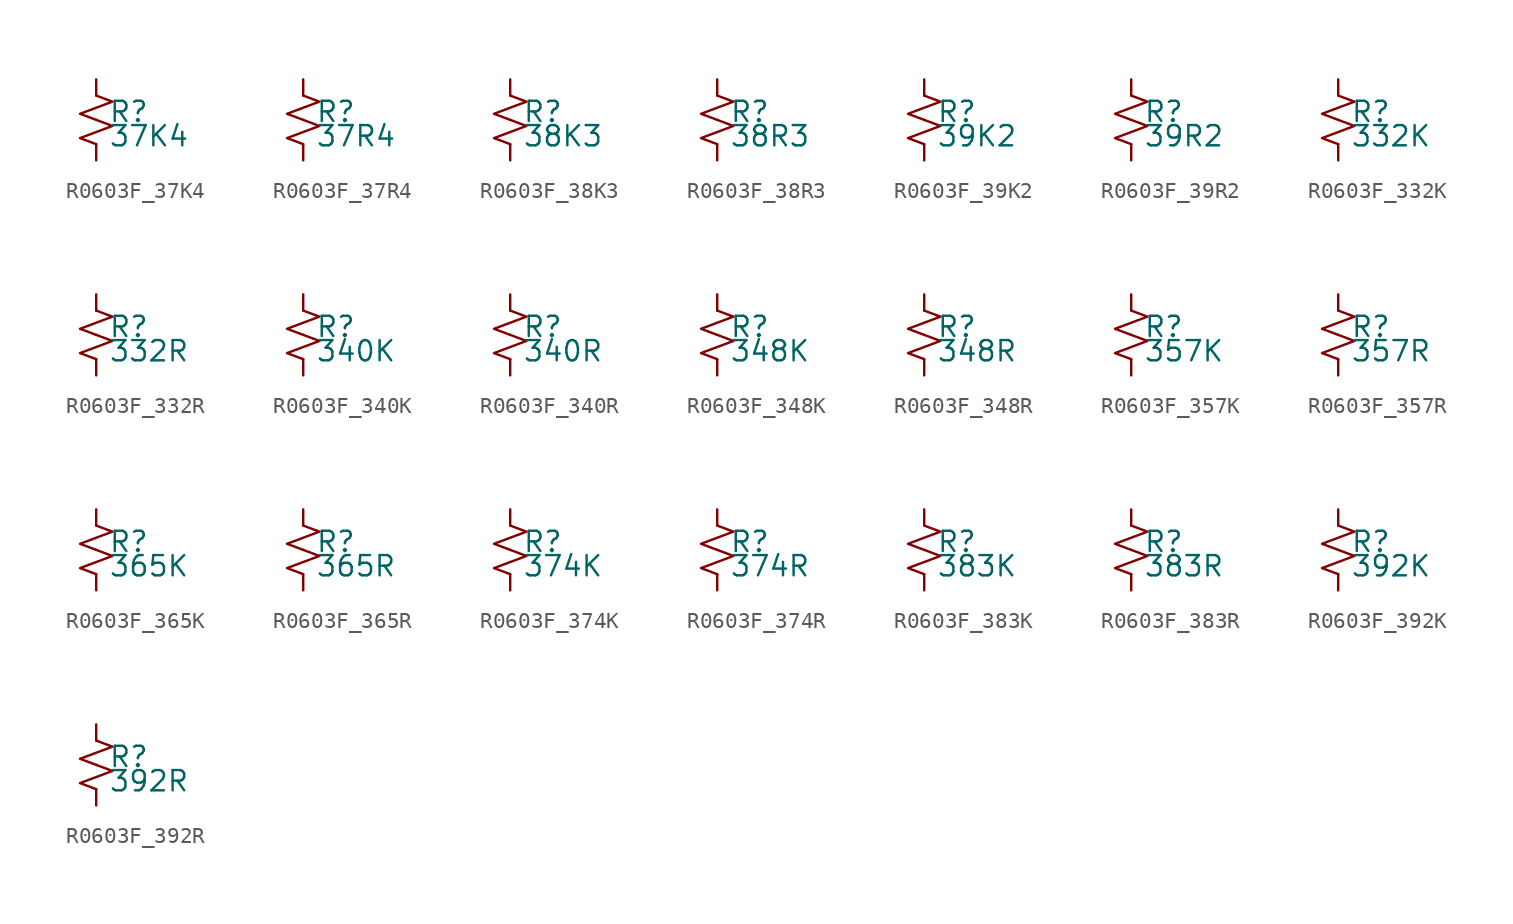
<source format=kicad_sym>
(kicad_symbol_lib
  (version 20220914)
  (generator kicad_symbol_editor)
  (symbol "R0603F_37K4"
    (pin_numbers hide)
    (pin_names
      (offset 0.254) hide)
    (property "Reference" "R"
      (at 0.762 0.508 0)
      (effects (font (size 1.27 1.27)) (justify left)))
    (property "Value" "37K4"
      (at 0.762 -1.016 0)
      (effects (font (size 1.27 1.27)) (justify left)))
    (symbol "R0603F_37K4_1_1"
      (polyline (pts (xy 0 0) (xy 1.016 -0.381) (xy 0 -0.762) (xy -1.016 -1.143) (xy 0 -1.524)) (stroke (width 0) (type default)) (fill (type none)))
      (polyline (pts (xy 0 1.524) (xy 1.016 1.143) (xy 0 0.762) (xy -1.016 0.381) (xy 0 0)) (stroke (width 0) (type default)) (fill (type none)))
      (pin passive line (at 0 2.54 270) (length 1.016) (name "~" (effects (font (size 1.27 1.27)))) (number "1" (effects (font (size 1.27 1.27)))))
      (pin passive line (at 0 -2.54 90) (length 1.016) (name "~" (effects (font (size 1.27 1.27)))) (number "2" (effects (font (size 1.27 1.27)))))))
  (symbol "R0603F_37R4"
    (pin_numbers hide)
    (pin_names
      (offset 0.254) hide)
    (property "Reference" "R"
      (at 0.762 0.508 0)
      (effects (font (size 1.27 1.27)) (justify left)))
    (property "Value" "37R4"
      (at 0.762 -1.016 0)
      (effects (font (size 1.27 1.27)) (justify left)))
    (symbol "R0603F_37R4_1_1"
      (polyline (pts (xy 0 0) (xy 1.016 -0.381) (xy 0 -0.762) (xy -1.016 -1.143) (xy 0 -1.524)) (stroke (width 0) (type default)) (fill (type none)))
      (polyline (pts (xy 0 1.524) (xy 1.016 1.143) (xy 0 0.762) (xy -1.016 0.381) (xy 0 0)) (stroke (width 0) (type default)) (fill (type none)))
      (pin passive line (at 0 2.54 270) (length 1.016) (name "~" (effects (font (size 1.27 1.27)))) (number "1" (effects (font (size 1.27 1.27)))))
      (pin passive line (at 0 -2.54 90) (length 1.016) (name "~" (effects (font (size 1.27 1.27)))) (number "2" (effects (font (size 1.27 1.27)))))))
  (symbol "R0603F_38K3"
    (pin_numbers hide)
    (pin_names
      (offset 0.254) hide)
    (property "Reference" "R"
      (at 0.762 0.508 0)
      (effects (font (size 1.27 1.27)) (justify left)))
    (property "Value" "38K3"
      (at 0.762 -1.016 0)
      (effects (font (size 1.27 1.27)) (justify left)))
    (symbol "R0603F_38K3_1_1"
      (polyline (pts (xy 0 0) (xy 1.016 -0.381) (xy 0 -0.762) (xy -1.016 -1.143) (xy 0 -1.524)) (stroke (width 0) (type default)) (fill (type none)))
      (polyline (pts (xy 0 1.524) (xy 1.016 1.143) (xy 0 0.762) (xy -1.016 0.381) (xy 0 0)) (stroke (width 0) (type default)) (fill (type none)))
      (pin passive line (at 0 2.54 270) (length 1.016) (name "~" (effects (font (size 1.27 1.27)))) (number "1" (effects (font (size 1.27 1.27)))))
      (pin passive line (at 0 -2.54 90) (length 1.016) (name "~" (effects (font (size 1.27 1.27)))) (number "2" (effects (font (size 1.27 1.27)))))))
  (symbol "R0603F_38R3"
    (pin_numbers hide)
    (pin_names
      (offset 0.254) hide)
    (property "Reference" "R"
      (at 0.762 0.508 0)
      (effects (font (size 1.27 1.27)) (justify left)))
    (property "Value" "38R3"
      (at 0.762 -1.016 0)
      (effects (font (size 1.27 1.27)) (justify left)))
    (symbol "R0603F_38R3_1_1"
      (polyline (pts (xy 0 0) (xy 1.016 -0.381) (xy 0 -0.762) (xy -1.016 -1.143) (xy 0 -1.524)) (stroke (width 0) (type default)) (fill (type none)))
      (polyline (pts (xy 0 1.524) (xy 1.016 1.143) (xy 0 0.762) (xy -1.016 0.381) (xy 0 0)) (stroke (width 0) (type default)) (fill (type none)))
      (pin passive line (at 0 2.54 270) (length 1.016) (name "~" (effects (font (size 1.27 1.27)))) (number "1" (effects (font (size 1.27 1.27)))))
      (pin passive line (at 0 -2.54 90) (length 1.016) (name "~" (effects (font (size 1.27 1.27)))) (number "2" (effects (font (size 1.27 1.27)))))))
  (symbol "R0603F_39K2"
    (pin_numbers hide)
    (pin_names
      (offset 0.254) hide)
    (property "Reference" "R"
      (at 0.762 0.508 0)
      (effects (font (size 1.27 1.27)) (justify left)))
    (property "Value" "39K2"
      (at 0.762 -1.016 0)
      (effects (font (size 1.27 1.27)) (justify left)))
    (symbol "R0603F_39K2_1_1"
      (polyline (pts (xy 0 0) (xy 1.016 -0.381) (xy 0 -0.762) (xy -1.016 -1.143) (xy 0 -1.524)) (stroke (width 0) (type default)) (fill (type none)))
      (polyline (pts (xy 0 1.524) (xy 1.016 1.143) (xy 0 0.762) (xy -1.016 0.381) (xy 0 0)) (stroke (width 0) (type default)) (fill (type none)))
      (pin passive line (at 0 2.54 270) (length 1.016) (name "~" (effects (font (size 1.27 1.27)))) (number "1" (effects (font (size 1.27 1.27)))))
      (pin passive line (at 0 -2.54 90) (length 1.016) (name "~" (effects (font (size 1.27 1.27)))) (number "2" (effects (font (size 1.27 1.27)))))))
  (symbol "R0603F_39R2"
    (pin_numbers hide)
    (pin_names
      (offset 0.254) hide)
    (property "Reference" "R"
      (at 0.762 0.508 0)
      (effects (font (size 1.27 1.27)) (justify left)))
    (property "Value" "39R2"
      (at 0.762 -1.016 0)
      (effects (font (size 1.27 1.27)) (justify left)))
    (symbol "R0603F_39R2_1_1"
      (polyline (pts (xy 0 0) (xy 1.016 -0.381) (xy 0 -0.762) (xy -1.016 -1.143) (xy 0 -1.524)) (stroke (width 0) (type default)) (fill (type none)))
      (polyline (pts (xy 0 1.524) (xy 1.016 1.143) (xy 0 0.762) (xy -1.016 0.381) (xy 0 0)) (stroke (width 0) (type default)) (fill (type none)))
      (pin passive line (at 0 2.54 270) (length 1.016) (name "~" (effects (font (size 1.27 1.27)))) (number "1" (effects (font (size 1.27 1.27)))))
      (pin passive line (at 0 -2.54 90) (length 1.016) (name "~" (effects (font (size 1.27 1.27)))) (number "2" (effects (font (size 1.27 1.27)))))))
  (symbol "R0603F_332K"
    (pin_numbers hide)
    (pin_names
      (offset 0.254) hide)
    (property "Reference" "R"
      (at 0.762 0.508 0)
      (effects (font (size 1.27 1.27)) (justify left)))
    (property "Value" "332K"
      (at 0.762 -1.016 0)
      (effects (font (size 1.27 1.27)) (justify left)))
    (symbol "R0603F_332K_1_1"
      (polyline (pts (xy 0 0) (xy 1.016 -0.381) (xy 0 -0.762) (xy -1.016 -1.143) (xy 0 -1.524)) (stroke (width 0) (type default)) (fill (type none)))
      (polyline (pts (xy 0 1.524) (xy 1.016 1.143) (xy 0 0.762) (xy -1.016 0.381) (xy 0 0)) (stroke (width 0) (type default)) (fill (type none)))
      (pin passive line (at 0 2.54 270) (length 1.016) (name "~" (effects (font (size 1.27 1.27)))) (number "1" (effects (font (size 1.27 1.27)))))
      (pin passive line (at 0 -2.54 90) (length 1.016) (name "~" (effects (font (size 1.27 1.27)))) (number "2" (effects (font (size 1.27 1.27)))))))
  (symbol "R0603F_332R"
    (pin_numbers hide)
    (pin_names
      (offset 0.254) hide)
    (property "Reference" "R"
      (at 0.762 0.508 0)
      (effects (font (size 1.27 1.27)) (justify left)))
    (property "Value" "332R"
      (at 0.762 -1.016 0)
      (effects (font (size 1.27 1.27)) (justify left)))
    (symbol "R0603F_332R_1_1"
      (polyline (pts (xy 0 0) (xy 1.016 -0.381) (xy 0 -0.762) (xy -1.016 -1.143) (xy 0 -1.524)) (stroke (width 0) (type default)) (fill (type none)))
      (polyline (pts (xy 0 1.524) (xy 1.016 1.143) (xy 0 0.762) (xy -1.016 0.381) (xy 0 0)) (stroke (width 0) (type default)) (fill (type none)))
      (pin passive line (at 0 2.54 270) (length 1.016) (name "~" (effects (font (size 1.27 1.27)))) (number "1" (effects (font (size 1.27 1.27)))))
      (pin passive line (at 0 -2.54 90) (length 1.016) (name "~" (effects (font (size 1.27 1.27)))) (number "2" (effects (font (size 1.27 1.27)))))))
  (symbol "R0603F_340K"
    (pin_numbers hide)
    (pin_names
      (offset 0.254) hide)
    (property "Reference" "R"
      (at 0.762 0.508 0)
      (effects (font (size 1.27 1.27)) (justify left)))
    (property "Value" "340K"
      (at 0.762 -1.016 0)
      (effects (font (size 1.27 1.27)) (justify left)))
    (symbol "R0603F_340K_1_1"
      (polyline (pts (xy 0 0) (xy 1.016 -0.381) (xy 0 -0.762) (xy -1.016 -1.143) (xy 0 -1.524)) (stroke (width 0) (type default)) (fill (type none)))
      (polyline (pts (xy 0 1.524) (xy 1.016 1.143) (xy 0 0.762) (xy -1.016 0.381) (xy 0 0)) (stroke (width 0) (type default)) (fill (type none)))
      (pin passive line (at 0 2.54 270) (length 1.016) (name "~" (effects (font (size 1.27 1.27)))) (number "1" (effects (font (size 1.27 1.27)))))
      (pin passive line (at 0 -2.54 90) (length 1.016) (name "~" (effects (font (size 1.27 1.27)))) (number "2" (effects (font (size 1.27 1.27)))))))
  (symbol "R0603F_340R"
    (pin_numbers hide)
    (pin_names
      (offset 0.254) hide)
    (property "Reference" "R"
      (at 0.762 0.508 0)
      (effects (font (size 1.27 1.27)) (justify left)))
    (property "Value" "340R"
      (at 0.762 -1.016 0)
      (effects (font (size 1.27 1.27)) (justify left)))
    (symbol "R0603F_340R_1_1"
      (polyline (pts (xy 0 0) (xy 1.016 -0.381) (xy 0 -0.762) (xy -1.016 -1.143) (xy 0 -1.524)) (stroke (width 0) (type default)) (fill (type none)))
      (polyline (pts (xy 0 1.524) (xy 1.016 1.143) (xy 0 0.762) (xy -1.016 0.381) (xy 0 0)) (stroke (width 0) (type default)) (fill (type none)))
      (pin passive line (at 0 2.54 270) (length 1.016) (name "~" (effects (font (size 1.27 1.27)))) (number "1" (effects (font (size 1.27 1.27)))))
      (pin passive line (at 0 -2.54 90) (length 1.016) (name "~" (effects (font (size 1.27 1.27)))) (number "2" (effects (font (size 1.27 1.27)))))))
  (symbol "R0603F_348K"
    (pin_numbers hide)
    (pin_names
      (offset 0.254) hide)
    (property "Reference" "R"
      (at 0.762 0.508 0)
      (effects (font (size 1.27 1.27)) (justify left)))
    (property "Value" "348K"
      (at 0.762 -1.016 0)
      (effects (font (size 1.27 1.27)) (justify left)))
    (symbol "R0603F_348K_1_1"
      (polyline (pts (xy 0 0) (xy 1.016 -0.381) (xy 0 -0.762) (xy -1.016 -1.143) (xy 0 -1.524)) (stroke (width 0) (type default)) (fill (type none)))
      (polyline (pts (xy 0 1.524) (xy 1.016 1.143) (xy 0 0.762) (xy -1.016 0.381) (xy 0 0)) (stroke (width 0) (type default)) (fill (type none)))
      (pin passive line (at 0 2.54 270) (length 1.016) (name "~" (effects (font (size 1.27 1.27)))) (number "1" (effects (font (size 1.27 1.27)))))
      (pin passive line (at 0 -2.54 90) (length 1.016) (name "~" (effects (font (size 1.27 1.27)))) (number "2" (effects (font (size 1.27 1.27)))))))
  (symbol "R0603F_348R"
    (pin_numbers hide)
    (pin_names
      (offset 0.254) hide)
    (property "Reference" "R"
      (at 0.762 0.508 0)
      (effects (font (size 1.27 1.27)) (justify left)))
    (property "Value" "348R"
      (at 0.762 -1.016 0)
      (effects (font (size 1.27 1.27)) (justify left)))
    (symbol "R0603F_348R_1_1"
      (polyline (pts (xy 0 0) (xy 1.016 -0.381) (xy 0 -0.762) (xy -1.016 -1.143) (xy 0 -1.524)) (stroke (width 0) (type default)) (fill (type none)))
      (polyline (pts (xy 0 1.524) (xy 1.016 1.143) (xy 0 0.762) (xy -1.016 0.381) (xy 0 0)) (stroke (width 0) (type default)) (fill (type none)))
      (pin passive line (at 0 2.54 270) (length 1.016) (name "~" (effects (font (size 1.27 1.27)))) (number "1" (effects (font (size 1.27 1.27)))))
      (pin passive line (at 0 -2.54 90) (length 1.016) (name "~" (effects (font (size 1.27 1.27)))) (number "2" (effects (font (size 1.27 1.27)))))))
  (symbol "R0603F_357K"
    (pin_numbers hide)
    (pin_names
      (offset 0.254) hide)
    (property "Reference" "R"
      (at 0.762 0.508 0)
      (effects (font (size 1.27 1.27)) (justify left)))
    (property "Value" "357K"
      (at 0.762 -1.016 0)
      (effects (font (size 1.27 1.27)) (justify left)))
    (symbol "R0603F_357K_1_1"
      (polyline (pts (xy 0 0) (xy 1.016 -0.381) (xy 0 -0.762) (xy -1.016 -1.143) (xy 0 -1.524)) (stroke (width 0) (type default)) (fill (type none)))
      (polyline (pts (xy 0 1.524) (xy 1.016 1.143) (xy 0 0.762) (xy -1.016 0.381) (xy 0 0)) (stroke (width 0) (type default)) (fill (type none)))
      (pin passive line (at 0 2.54 270) (length 1.016) (name "~" (effects (font (size 1.27 1.27)))) (number "1" (effects (font (size 1.27 1.27)))))
      (pin passive line (at 0 -2.54 90) (length 1.016) (name "~" (effects (font (size 1.27 1.27)))) (number "2" (effects (font (size 1.27 1.27)))))))
  (symbol "R0603F_357R"
    (pin_numbers hide)
    (pin_names
      (offset 0.254) hide)
    (property "Reference" "R"
      (at 0.762 0.508 0)
      (effects (font (size 1.27 1.27)) (justify left)))
    (property "Value" "357R"
      (at 0.762 -1.016 0)
      (effects (font (size 1.27 1.27)) (justify left)))
    (symbol "R0603F_357R_1_1"
      (polyline (pts (xy 0 0) (xy 1.016 -0.381) (xy 0 -0.762) (xy -1.016 -1.143) (xy 0 -1.524)) (stroke (width 0) (type default)) (fill (type none)))
      (polyline (pts (xy 0 1.524) (xy 1.016 1.143) (xy 0 0.762) (xy -1.016 0.381) (xy 0 0)) (stroke (width 0) (type default)) (fill (type none)))
      (pin passive line (at 0 2.54 270) (length 1.016) (name "~" (effects (font (size 1.27 1.27)))) (number "1" (effects (font (size 1.27 1.27)))))
      (pin passive line (at 0 -2.54 90) (length 1.016) (name "~" (effects (font (size 1.27 1.27)))) (number "2" (effects (font (size 1.27 1.27)))))))
  (symbol "R0603F_365K"
    (pin_numbers hide)
    (pin_names
      (offset 0.254) hide)
    (property "Reference" "R"
      (at 0.762 0.508 0)
      (effects (font (size 1.27 1.27)) (justify left)))
    (property "Value" "365K"
      (at 0.762 -1.016 0)
      (effects (font (size 1.27 1.27)) (justify left)))
    (symbol "R0603F_365K_1_1"
      (polyline (pts (xy 0 0) (xy 1.016 -0.381) (xy 0 -0.762) (xy -1.016 -1.143) (xy 0 -1.524)) (stroke (width 0) (type default)) (fill (type none)))
      (polyline (pts (xy 0 1.524) (xy 1.016 1.143) (xy 0 0.762) (xy -1.016 0.381) (xy 0 0)) (stroke (width 0) (type default)) (fill (type none)))
      (pin passive line (at 0 2.54 270) (length 1.016) (name "~" (effects (font (size 1.27 1.27)))) (number "1" (effects (font (size 1.27 1.27)))))
      (pin passive line (at 0 -2.54 90) (length 1.016) (name "~" (effects (font (size 1.27 1.27)))) (number "2" (effects (font (size 1.27 1.27)))))))
  (symbol "R0603F_365R"
    (pin_numbers hide)
    (pin_names
      (offset 0.254) hide)
    (property "Reference" "R"
      (at 0.762 0.508 0)
      (effects (font (size 1.27 1.27)) (justify left)))
    (property "Value" "365R"
      (at 0.762 -1.016 0)
      (effects (font (size 1.27 1.27)) (justify left)))
    (symbol "R0603F_365R_1_1"
      (polyline (pts (xy 0 0) (xy 1.016 -0.381) (xy 0 -0.762) (xy -1.016 -1.143) (xy 0 -1.524)) (stroke (width 0) (type default)) (fill (type none)))
      (polyline (pts (xy 0 1.524) (xy 1.016 1.143) (xy 0 0.762) (xy -1.016 0.381) (xy 0 0)) (stroke (width 0) (type default)) (fill (type none)))
      (pin passive line (at 0 2.54 270) (length 1.016) (name "~" (effects (font (size 1.27 1.27)))) (number "1" (effects (font (size 1.27 1.27)))))
      (pin passive line (at 0 -2.54 90) (length 1.016) (name "~" (effects (font (size 1.27 1.27)))) (number "2" (effects (font (size 1.27 1.27)))))))
  (symbol "R0603F_374K"
    (pin_numbers hide)
    (pin_names
      (offset 0.254) hide)
    (property "Reference" "R"
      (at 0.762 0.508 0)
      (effects (font (size 1.27 1.27)) (justify left)))
    (property "Value" "374K"
      (at 0.762 -1.016 0)
      (effects (font (size 1.27 1.27)) (justify left)))
    (symbol "R0603F_374K_1_1"
      (polyline (pts (xy 0 0) (xy 1.016 -0.381) (xy 0 -0.762) (xy -1.016 -1.143) (xy 0 -1.524)) (stroke (width 0) (type default)) (fill (type none)))
      (polyline (pts (xy 0 1.524) (xy 1.016 1.143) (xy 0 0.762) (xy -1.016 0.381) (xy 0 0)) (stroke (width 0) (type default)) (fill (type none)))
      (pin passive line (at 0 2.54 270) (length 1.016) (name "~" (effects (font (size 1.27 1.27)))) (number "1" (effects (font (size 1.27 1.27)))))
      (pin passive line (at 0 -2.54 90) (length 1.016) (name "~" (effects (font (size 1.27 1.27)))) (number "2" (effects (font (size 1.27 1.27)))))))
  (symbol "R0603F_374R"
    (pin_numbers hide)
    (pin_names
      (offset 0.254) hide)
    (property "Reference" "R"
      (at 0.762 0.508 0)
      (effects (font (size 1.27 1.27)) (justify left)))
    (property "Value" "374R"
      (at 0.762 -1.016 0)
      (effects (font (size 1.27 1.27)) (justify left)))
    (symbol "R0603F_374R_1_1"
      (polyline (pts (xy 0 0) (xy 1.016 -0.381) (xy 0 -0.762) (xy -1.016 -1.143) (xy 0 -1.524)) (stroke (width 0) (type default)) (fill (type none)))
      (polyline (pts (xy 0 1.524) (xy 1.016 1.143) (xy 0 0.762) (xy -1.016 0.381) (xy 0 0)) (stroke (width 0) (type default)) (fill (type none)))
      (pin passive line (at 0 2.54 270) (length 1.016) (name "~" (effects (font (size 1.27 1.27)))) (number "1" (effects (font (size 1.27 1.27)))))
      (pin passive line (at 0 -2.54 90) (length 1.016) (name "~" (effects (font (size 1.27 1.27)))) (number "2" (effects (font (size 1.27 1.27)))))))
  (symbol "R0603F_383K"
    (pin_numbers hide)
    (pin_names
      (offset 0.254) hide)
    (property "Reference" "R"
      (at 0.762 0.508 0)
      (effects (font (size 1.27 1.27)) (justify left)))
    (property "Value" "383K"
      (at 0.762 -1.016 0)
      (effects (font (size 1.27 1.27)) (justify left)))
    (symbol "R0603F_383K_1_1"
      (polyline (pts (xy 0 0) (xy 1.016 -0.381) (xy 0 -0.762) (xy -1.016 -1.143) (xy 0 -1.524)) (stroke (width 0) (type default)) (fill (type none)))
      (polyline (pts (xy 0 1.524) (xy 1.016 1.143) (xy 0 0.762) (xy -1.016 0.381) (xy 0 0)) (stroke (width 0) (type default)) (fill (type none)))
      (pin passive line (at 0 2.54 270) (length 1.016) (name "~" (effects (font (size 1.27 1.27)))) (number "1" (effects (font (size 1.27 1.27)))))
      (pin passive line (at 0 -2.54 90) (length 1.016) (name "~" (effects (font (size 1.27 1.27)))) (number "2" (effects (font (size 1.27 1.27)))))))
  (symbol "R0603F_383R"
    (pin_numbers hide)
    (pin_names
      (offset 0.254) hide)
    (property "Reference" "R"
      (at 0.762 0.508 0)
      (effects (font (size 1.27 1.27)) (justify left)))
    (property "Value" "383R"
      (at 0.762 -1.016 0)
      (effects (font (size 1.27 1.27)) (justify left)))
    (symbol "R0603F_383R_1_1"
      (polyline (pts (xy 0 0) (xy 1.016 -0.381) (xy 0 -0.762) (xy -1.016 -1.143) (xy 0 -1.524)) (stroke (width 0) (type default)) (fill (type none)))
      (polyline (pts (xy 0 1.524) (xy 1.016 1.143) (xy 0 0.762) (xy -1.016 0.381) (xy 0 0)) (stroke (width 0) (type default)) (fill (type none)))
      (pin passive line (at 0 2.54 270) (length 1.016) (name "~" (effects (font (size 1.27 1.27)))) (number "1" (effects (font (size 1.27 1.27)))))
      (pin passive line (at 0 -2.54 90) (length 1.016) (name "~" (effects (font (size 1.27 1.27)))) (number "2" (effects (font (size 1.27 1.27)))))))
  (symbol "R0603F_392K"
    (pin_numbers hide)
    (pin_names
      (offset 0.254) hide)
    (property "Reference" "R"
      (at 0.762 0.508 0)
      (effects (font (size 1.27 1.27)) (justify left)))
    (property "Value" "392K"
      (at 0.762 -1.016 0)
      (effects (font (size 1.27 1.27)) (justify left)))
    (symbol "R0603F_392K_1_1"
      (polyline (pts (xy 0 0) (xy 1.016 -0.381) (xy 0 -0.762) (xy -1.016 -1.143) (xy 0 -1.524)) (stroke (width 0) (type default)) (fill (type none)))
      (polyline (pts (xy 0 1.524) (xy 1.016 1.143) (xy 0 0.762) (xy -1.016 0.381) (xy 0 0)) (stroke (width 0) (type default)) (fill (type none)))
      (pin passive line (at 0 2.54 270) (length 1.016) (name "~" (effects (font (size 1.27 1.27)))) (number "1" (effects (font (size 1.27 1.27)))))
      (pin passive line (at 0 -2.54 90) (length 1.016) (name "~" (effects (font (size 1.27 1.27)))) (number "2" (effects (font (size 1.27 1.27)))))))
  (symbol "R0603F_392R"
    (pin_numbers hide)
    (pin_names
      (offset 0.254) hide)
    (property "Reference" "R"
      (at 0.762 0.508 0)
      (effects (font (size 1.27 1.27)) (justify left)))
    (property "Value" "392R"
      (at 0.762 -1.016 0)
      (effects (font (size 1.27 1.27)) (justify left)))
    (symbol "R0603F_392R_1_1"
      (polyline (pts (xy 0 0) (xy 1.016 -0.381) (xy 0 -0.762) (xy -1.016 -1.143) (xy 0 -1.524)) (stroke (width 0) (type default)) (fill (type none)))
      (polyline (pts (xy 0 1.524) (xy 1.016 1.143) (xy 0 0.762) (xy -1.016 0.381) (xy 0 0)) (stroke (width 0) (type default)) (fill (type none)))
      (pin passive line (at 0 2.54 270) (length 1.016) (name "~" (effects (font (size 1.27 1.27)))) (number "1" (effects (font (size 1.27 1.27)))))
      (pin passive line (at 0 -2.54 90) (length 1.016) (name "~" (effects (font (size 1.27 1.27)))) (number "2" (effects (font (size 1.27 1.27))))))))
</source>
